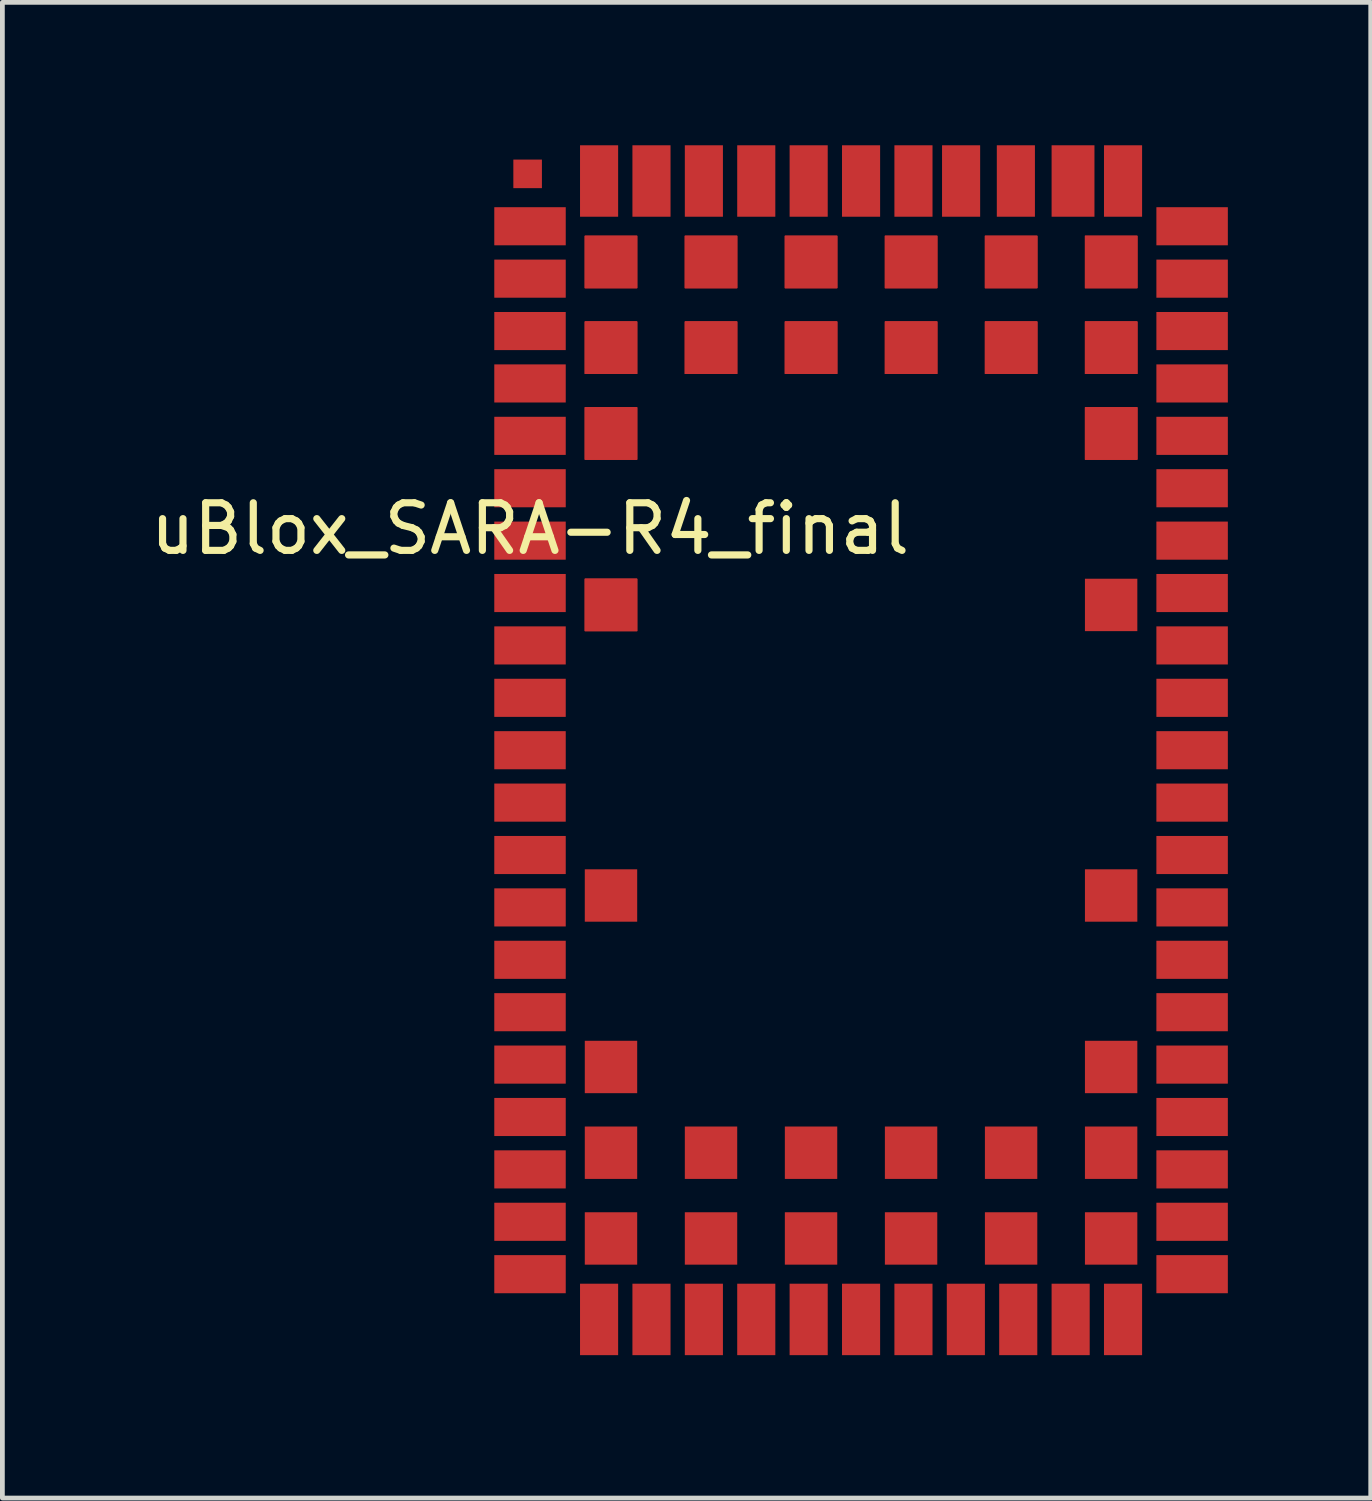
<source format=kicad_pcb>
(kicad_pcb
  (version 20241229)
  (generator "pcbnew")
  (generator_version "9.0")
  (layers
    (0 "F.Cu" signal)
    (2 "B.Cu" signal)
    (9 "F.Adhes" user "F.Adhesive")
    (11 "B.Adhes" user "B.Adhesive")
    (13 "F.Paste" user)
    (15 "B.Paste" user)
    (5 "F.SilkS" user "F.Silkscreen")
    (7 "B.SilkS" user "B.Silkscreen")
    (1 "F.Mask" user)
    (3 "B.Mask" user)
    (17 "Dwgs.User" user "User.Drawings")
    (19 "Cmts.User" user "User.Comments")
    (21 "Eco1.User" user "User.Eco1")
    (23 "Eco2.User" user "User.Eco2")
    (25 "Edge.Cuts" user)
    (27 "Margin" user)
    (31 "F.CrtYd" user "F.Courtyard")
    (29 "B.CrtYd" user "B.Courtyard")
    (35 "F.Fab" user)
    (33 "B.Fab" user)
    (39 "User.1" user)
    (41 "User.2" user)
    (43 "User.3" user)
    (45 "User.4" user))
  (footprint "uBlox_SARA-R4_final"
    (layer "F.Cu")
    (at 8.077 1.7)
    (property "Reference" "uBlox_SARA-R4_final" (at 0 6.35 0) (layer "F.SilkS") (effects (font (size 1 1) (thickness 0.15))))
    (attr through_hole)
    (pad "" smd rect (at -0.05 -1.1) (size 0.6 0.6) (layers "F.Cu" "F.Mask" "F.Paste"))
    (pad "1" smd rect (at 0 0) (size 1.5 0.8) (layers "F.Cu" "F.Mask" "F.Paste"))
    (pad "2" smd rect (at 0 1.1) (size 1.5 0.8) (layers "F.Cu" "F.Mask" "F.Paste"))
    (pad "3" smd rect (at 0 2.2) (size 1.5 0.8) (layers "F.Cu" "F.Mask" "F.Paste"))
    (pad "4" smd rect (at 0 3.3) (size 1.5 0.8) (layers "F.Cu" "F.Mask" "F.Paste"))
    (pad "5" smd rect (at 0 4.4) (size 1.5 0.8) (layers "F.Cu" "F.Mask" "F.Paste"))
    (pad "6" smd rect (at 0 5.5) (size 1.5 0.8) (layers "F.Cu" "F.Mask" "F.Paste"))
    (pad "7" smd rect (at 0 6.6) (size 1.5 0.8) (layers "F.Cu" "F.Mask" "F.Paste"))
    (pad "8" smd rect (at 0 7.7) (size 1.5 0.8) (layers "F.Cu" "F.Mask" "F.Paste"))
    (pad "9" smd rect (at 0 8.8) (size 1.5 0.8) (layers "F.Cu" "F.Mask" "F.Paste"))
    (pad "10" smd rect (at 0 9.9) (size 1.5 0.8) (layers "F.Cu" "F.Mask" "F.Paste"))
    (pad "11" smd rect (at 0 11) (size 1.5 0.8) (layers "F.Cu" "F.Mask" "F.Paste"))
    (pad "12" smd rect (at 0 12.1) (size 1.5 0.8) (layers "F.Cu" "F.Mask" "F.Paste"))
    (pad "13" smd rect (at 0 13.2) (size 1.5 0.8) (layers "F.Cu" "F.Mask" "F.Paste"))
    (pad "14" smd rect (at 0 14.3) (size 1.5 0.8) (layers "F.Cu" "F.Mask" "F.Paste"))
    (pad "15" smd rect (at 0 15.4) (size 1.5 0.8) (layers "F.Cu" "F.Mask" "F.Paste"))
    (pad "16" smd rect (at 0 16.5) (size 1.5 0.8) (layers "F.Cu" "F.Mask" "F.Paste"))
    (pad "17" smd rect (at 0 17.6) (size 1.5 0.8) (layers "F.Cu" "F.Mask" "F.Paste"))
    (pad "18" smd rect (at 0 18.7) (size 1.5 0.8) (layers "F.Cu" "F.Mask" "F.Paste"))
    (pad "19" smd rect (at 0 19.8) (size 1.5 0.8) (layers "F.Cu" "F.Mask" "F.Paste"))
    (pad "20" smd rect (at 0 20.9) (size 1.5 0.8) (layers "F.Cu" "F.Mask" "F.Paste"))
    (pad "21" smd rect (at 0 22) (size 1.5 0.8) (layers "F.Cu" "F.Mask" "F.Paste"))
    (pad "22" smd rect (at 1.45 22.95) (size 0.8 1.5) (layers "F.Cu" "F.Mask" "F.Paste"))
    (pad "23" smd rect (at 2.55 22.95) (size 0.8 1.5) (layers "F.Cu" "F.Mask" "F.Paste"))
    (pad "24" smd rect (at 3.65 22.95) (size 0.8 1.5) (layers "F.Cu" "F.Mask" "F.Paste"))
    (pad "25" smd rect (at 4.75 22.95) (size 0.8 1.5) (layers "F.Cu" "F.Mask" "F.Paste"))
    (pad "26" smd rect (at 5.85 22.95) (size 0.8 1.5) (layers "F.Cu" "F.Mask" "F.Paste"))
    (pad "27" smd rect (at 6.95 22.95) (size 0.8 1.5) (layers "F.Cu" "F.Mask" "F.Paste"))
    (pad "28" smd rect (at 8.05 22.95) (size 0.8 1.5) (layers "F.Cu" "F.Mask" "F.Paste"))
    (pad "29" smd rect (at 9.15 22.95) (size 0.8 1.5) (layers "F.Cu" "F.Mask" "F.Paste"))
    (pad "30" smd rect (at 10.25 22.95) (size 0.8 1.5) (layers "F.Cu" "F.Mask" "F.Paste"))
    (pad "31" smd rect (at 11.35 22.95) (size 0.8 1.5) (layers "F.Cu" "F.Mask" "F.Paste"))
    (pad "32" smd rect (at 12.45 22.95) (size 0.8 1.5) (layers "F.Cu" "F.Mask" "F.Paste"))
    (pad "33" smd rect (at 13.9 22) (size 1.5 0.8) (layers "F.Cu" "F.Mask" "F.Paste"))
    (pad "34" smd rect (at 13.9 20.9) (size 1.5 0.8) (layers "F.Cu" "F.Mask" "F.Paste"))
    (pad "35" smd rect (at 13.9 19.8) (size 1.5 0.8) (layers "F.Cu" "F.Mask" "F.Paste"))
    (pad "36" smd rect (at 13.9 18.7) (size 1.5 0.8) (layers "F.Cu" "F.Mask" "F.Paste"))
    (pad "37" smd rect (at 13.9 17.6) (size 1.5 0.8) (layers "F.Cu" "F.Mask" "F.Paste"))
    (pad "38" smd rect (at 13.9 16.5) (size 1.5 0.8) (layers "F.Cu" "F.Mask" "F.Paste"))
    (pad "39" smd rect (at 13.9 15.4) (size 1.5 0.8) (layers "F.Cu" "F.Mask" "F.Paste"))
    (pad "40" smd rect (at 13.9 14.3) (size 1.5 0.8) (layers "F.Cu" "F.Mask" "F.Paste"))
    (pad "41" smd rect (at 13.9 13.2) (size 1.5 0.8) (layers "F.Cu" "F.Mask" "F.Paste"))
    (pad "42" smd rect (at 13.9 12.1) (size 1.5 0.8) (layers "F.Cu" "F.Mask" "F.Paste"))
    (pad "43" smd rect (at 13.9 11) (size 1.5 0.8) (layers "F.Cu" "F.Mask" "F.Paste"))
    (pad "44" smd rect (at 13.9 9.9) (size 1.5 0.8) (layers "F.Cu" "F.Mask" "F.Paste"))
    (pad "45" smd rect (at 13.9 8.8) (size 1.5 0.8) (layers "F.Cu" "F.Mask" "F.Paste"))
    (pad "46" smd rect (at 13.9 7.7) (size 1.5 0.8) (layers "F.Cu" "F.Mask" "F.Paste"))
    (pad "47" smd rect (at 13.9 6.6) (size 1.5 0.8) (layers "F.Cu" "F.Mask" "F.Paste"))
    (pad "48" smd rect (at 13.9 5.5) (size 1.5 0.8) (layers "F.Cu" "F.Mask" "F.Paste"))
    (pad "49" smd rect (at 13.9 4.4) (size 1.5 0.8) (layers "F.Cu" "F.Mask" "F.Paste"))
    (pad "50" smd rect (at 13.9 3.3) (size 1.5 0.8) (layers "F.Cu" "F.Mask" "F.Paste"))
    (pad "51" smd rect (at 13.9 2.2) (size 1.5 0.8) (layers "F.Cu" "F.Mask" "F.Paste"))
    (pad "52" smd rect (at 13.9 1.1) (size 1.5 0.8) (layers "F.Cu" "F.Mask" "F.Paste"))
    (pad "53" smd rect (at 13.9 0) (size 1.5 0.8) (layers "F.Cu" "F.Mask" "F.Paste"))
    (pad "54" smd rect (at 12.45 -0.95) (size 0.8 1.5) (layers "F.Cu" "F.Mask" "F.Paste"))
    (pad "55" smd rect (at 11.4 -0.95) (size 0.9 1.5) (layers "F.Cu" "F.Mask" "F.Paste"))
    (pad "56" smd rect (at 10.2 -0.95) (size 0.8 1.5) (layers "F.Cu" "F.Mask" "F.Paste"))
    (pad "57" smd rect (at 9.05 -0.95) (size 0.8 1.5) (layers "F.Cu" "F.Mask" "F.Paste"))
    (pad "58" smd rect (at 8.05 -0.95) (size 0.8 1.5) (layers "F.Cu" "F.Mask" "F.Paste"))
    (pad "59" smd rect (at 6.95 -0.95) (size 0.8 1.5) (layers "F.Cu" "F.Mask" "F.Paste"))
    (pad "60" smd rect (at 5.85 -0.95) (size 0.8 1.5) (layers "F.Cu" "F.Mask" "F.Paste"))
    (pad "61" smd rect (at 4.75 -0.95) (size 0.8 1.5) (layers "F.Cu" "F.Mask" "F.Paste"))
    (pad "62" smd rect (at 3.65 -0.95) (size 0.8 1.5) (layers "F.Cu" "F.Mask" "F.Paste"))
    (pad "63" smd rect (at 2.55 -0.95) (size 0.8 1.5) (layers "F.Cu" "F.Mask" "F.Paste"))
    (pad "64" smd rect (at 1.45 -0.95) (size 0.8 1.5) (layers "F.Cu" "F.Mask" "F.Paste"))
    (pad "65" smd rect (at 1.7 0.75) (size 1.1 1.1) (layers "F.Cu" "F.Mask" "F.Paste"))
    (pad "65" smd rect (at 1.7 0.75) (size 1.1 1.1) (layers "F.Cu" "F.Mask" "F.Paste"))
    (pad "65" smd rect (at 1.7 0.75) (size 1.1 1.1) (layers "F.Cu" "F.Mask" "F.Paste"))
    (pad "65" smd rect (at 1.7 0.75) (size 1.1 1.1) (layers "F.Cu" "F.Mask" "F.Paste"))
    (pad "66" smd rect (at 3.8 0.75) (size 1.1 1.1) (layers "F.Cu" "F.Mask" "F.Paste"))
    (pad "66" smd rect (at 3.8 0.75) (size 1.1 1.1) (layers "F.Cu" "F.Mask" "F.Paste"))
    (pad "66" smd rect (at 3.8 0.75) (size 1.1 1.1) (layers "F.Cu" "F.Mask" "F.Paste"))
    (pad "66" smd rect (at 3.8 0.75) (size 1.1 1.1) (layers "F.Cu" "F.Mask" "F.Paste"))
    (pad "67" smd rect (at 5.9 0.75) (size 1.1 1.1) (layers "F.Cu" "F.Mask" "F.Paste"))
    (pad "67" smd rect (at 5.9 0.75) (size 1.1 1.1) (layers "F.Cu" "F.Mask" "F.Paste"))
    (pad "67" smd rect (at 5.9 0.75) (size 1.1 1.1) (layers "F.Cu" "F.Mask" "F.Paste"))
    (pad "67" smd rect (at 5.9 0.75) (size 1.1 1.1) (layers "F.Cu" "F.Mask" "F.Paste"))
    (pad "68" smd rect (at 8 0.75) (size 1.1 1.1) (layers "F.Cu" "F.Mask" "F.Paste"))
    (pad "68" smd rect (at 8 0.75) (size 1.1 1.1) (layers "F.Cu" "F.Mask" "F.Paste"))
    (pad "68" smd rect (at 8 0.75) (size 1.1 1.1) (layers "F.Cu" "F.Mask" "F.Paste"))
    (pad "68" smd rect (at 8 0.75) (size 1.1 1.1) (layers "F.Cu" "F.Mask" "F.Paste"))
    (pad "69" smd rect (at 10.1 0.75) (size 1.1 1.1) (layers "F.Cu" "F.Mask" "F.Paste"))
    (pad "69" smd rect (at 10.1 0.75) (size 1.1 1.1) (layers "F.Cu" "F.Mask" "F.Paste"))
    (pad "69" smd rect (at 10.1 0.75) (size 1.1 1.1) (layers "F.Cu" "F.Mask" "F.Paste"))
    (pad "69" smd rect (at 10.1 0.75) (size 1.1 1.1) (layers "F.Cu" "F.Mask" "F.Paste"))
    (pad "70" smd rect (at 12.2 0.75) (size 1.1 1.1) (layers "F.Cu" "F.Mask" "F.Paste"))
    (pad "70" smd rect (at 12.2 0.75) (size 1.1 1.1) (layers "F.Cu" "F.Mask" "F.Paste"))
    (pad "70" smd rect (at 12.2 0.75) (size 1.1 1.1) (layers "F.Cu" "F.Mask" "F.Paste"))
    (pad "70" smd rect (at 12.2 0.75) (size 1.1 1.1) (layers "F.Cu" "F.Mask" "F.Paste"))
    (pad "71" smd rect (at 1.7 2.55) (size 1.1 1.1) (layers "F.Cu" "F.Mask" "F.Paste"))
    (pad "71" smd rect (at 1.7 2.55) (size 1.1 1.1) (layers "F.Cu" "F.Mask" "F.Paste"))
    (pad "71" smd rect (at 1.7 2.55) (size 1.1 1.1) (layers "F.Cu" "F.Mask" "F.Paste"))
    (pad "71" smd rect (at 1.7 2.55) (size 1.1 1.1) (layers "F.Cu" "F.Mask" "F.Paste"))
    (pad "72" smd rect (at 3.8 2.55) (size 1.1 1.1) (layers "F.Cu" "F.Mask" "F.Paste"))
    (pad "72" smd rect (at 3.8 2.55) (size 1.1 1.1) (layers "F.Cu" "F.Mask" "F.Paste"))
    (pad "72" smd rect (at 3.8 2.55) (size 1.1 1.1) (layers "F.Cu" "F.Mask" "F.Paste"))
    (pad "72" smd rect (at 3.8 2.55) (size 1.1 1.1) (layers "F.Cu" "F.Mask" "F.Paste"))
    (pad "73" smd rect (at 5.9 2.55) (size 1.1 1.1) (layers "F.Cu" "F.Mask" "F.Paste"))
    (pad "73" smd rect (at 5.9 2.55) (size 1.1 1.1) (layers "F.Cu" "F.Mask" "F.Paste"))
    (pad "73" smd rect (at 5.9 2.55) (size 1.1 1.1) (layers "F.Cu" "F.Mask" "F.Paste"))
    (pad "73" smd rect (at 5.9 2.55) (size 1.1 1.1) (layers "F.Cu" "F.Mask" "F.Paste"))
    (pad "74" smd rect (at 8 2.55) (size 1.1 1.1) (layers "F.Cu" "F.Mask" "F.Paste"))
    (pad "74" smd rect (at 8 2.55) (size 1.1 1.1) (layers "F.Cu" "F.Mask" "F.Paste"))
    (pad "74" smd rect (at 8 2.55) (size 1.1 1.1) (layers "F.Cu" "F.Mask" "F.Paste"))
    (pad "74" smd rect (at 8 2.55) (size 1.1 1.1) (layers "F.Cu" "F.Mask" "F.Paste"))
    (pad "75" smd rect (at 10.1 2.55) (size 1.1 1.1) (layers "F.Cu" "F.Mask" "F.Paste"))
    (pad "75" smd rect (at 10.1 2.55) (size 1.1 1.1) (layers "F.Cu" "F.Mask" "F.Paste"))
    (pad "75" smd rect (at 10.1 2.55) (size 1.1 1.1) (layers "F.Cu" "F.Mask" "F.Paste"))
    (pad "75" smd rect (at 10.1 2.55) (size 1.1 1.1) (layers "F.Cu" "F.Mask" "F.Paste"))
    (pad "76" smd rect (at 12.2 2.55) (size 1.1 1.1) (layers "F.Cu" "F.Mask" "F.Paste"))
    (pad "76" smd rect (at 12.2 2.55) (size 1.1 1.1) (layers "F.Cu" "F.Mask" "F.Paste"))
    (pad "76" smd rect (at 12.2 2.55) (size 1.1 1.1) (layers "F.Cu" "F.Mask" "F.Paste"))
    (pad "76" smd rect (at 12.2 2.55) (size 1.1 1.1) (layers "F.Cu" "F.Mask" "F.Paste"))
    (pad "77" smd rect (at 1.7 4.35) (size 1.1 1.1) (layers "F.Cu" "F.Mask" "F.Paste"))
    (pad "77" smd rect (at 1.7 4.35) (size 1.1 1.1) (layers "F.Cu" "F.Mask" "F.Paste"))
    (pad "77" smd rect (at 1.7 4.35) (size 1.1 1.1) (layers "F.Cu" "F.Mask" "F.Paste"))
    (pad "77" smd rect (at 1.7 4.35) (size 1.1 1.1) (layers "F.Cu" "F.Mask" "F.Paste"))
    (pad "78" smd rect (at 12.2 4.35) (size 1.1 1.1) (layers "F.Cu" "F.Mask" "F.Paste"))
    (pad "78" smd rect (at 12.2 4.35) (size 1.1 1.1) (layers "F.Cu" "F.Mask" "F.Paste"))
    (pad "78" smd rect (at 12.2 4.35) (size 1.1 1.1) (layers "F.Cu" "F.Mask" "F.Paste"))
    (pad "78" smd rect (at 12.2 4.35) (size 1.1 1.1) (layers "F.Cu" "F.Mask" "F.Paste"))
    (pad "79" smd rect (at 1.7 7.95) (size 1.1 1.1) (layers "F.Cu" "F.Mask" "F.Paste"))
    (pad "79" smd rect (at 1.7 7.95) (size 1.1 1.1) (layers "F.Cu" "F.Mask" "F.Paste"))
    (pad "79" smd rect (at 1.7 7.95) (size 1.1 1.1) (layers "F.Cu" "F.Mask" "F.Paste"))
    (pad "79" smd rect (at 1.7 7.95) (size 1.1 1.1) (layers "F.Cu" "F.Mask" "F.Paste"))
    (pad "80" smd rect (at 12.2 7.95) (size 1.1 1.1) (layers "F.Cu" "F.Mask" "F.Paste"))
    (pad "81" smd rect (at 1.7 14.05) (size 1.1 1.1) (layers "F.Cu" "F.Mask" "F.Paste"))
    (pad "82" smd rect (at 12.2 14.05) (size 1.1 1.1) (layers "F.Cu" "F.Mask" "F.Paste"))
    (pad "83" smd rect (at 1.7 17.65) (size 1.1 1.1) (layers "F.Cu" "F.Mask" "F.Paste"))
    (pad "84" smd rect (at 12.2 17.65) (size 1.1 1.1) (layers "F.Cu" "F.Mask" "F.Paste"))
    (pad "85" smd rect (at 1.7 19.45) (size 1.1 1.1) (layers "F.Cu" "F.Mask" "F.Paste"))
    (pad "86" smd rect (at 3.8 19.45) (size 1.1 1.1) (layers "F.Cu" "F.Mask" "F.Paste"))
    (pad "87" smd rect (at 5.9 19.45) (size 1.1 1.1) (layers "F.Cu" "F.Mask" "F.Paste"))
    (pad "88" smd rect (at 8 19.45) (size 1.1 1.1) (layers "F.Cu" "F.Mask" "F.Paste"))
    (pad "89" smd rect (at 10.1 19.45) (size 1.1 1.1) (layers "F.Cu" "F.Mask" "F.Paste"))
    (pad "90" smd rect (at 12.2 19.45) (size 1.1 1.1) (layers "F.Cu" "F.Mask" "F.Paste"))
    (pad "91" smd rect (at 1.7 21.25) (size 1.1 1.1) (layers "F.Cu" "F.Mask" "F.Paste"))
    (pad "92" smd rect (at 3.8 21.25) (size 1.1 1.1) (layers "F.Cu" "F.Mask" "F.Paste"))
    (pad "93" smd rect (at 5.9 21.25) (size 1.1 1.1) (layers "F.Cu" "F.Mask" "F.Paste"))
    (pad "94" smd rect (at 8 21.25) (size 1.1 1.1) (layers "F.Cu" "F.Mask" "F.Paste"))
    (pad "95" smd rect (at 10.1 21.25) (size 1.1 1.1) (layers "F.Cu" "F.Mask" "F.Paste"))
    (pad "96" smd rect (at 12.2 21.25) (size 1.1 1.1) (layers "F.Cu" "F.Mask" "F.Paste")))
  (gr_rect
    (start -3 -3)
    (end 25.727 28.4)
    (stroke (width 0.1) (type default))
    (fill no)
    (layer "Edge.Cuts")))
</source>
